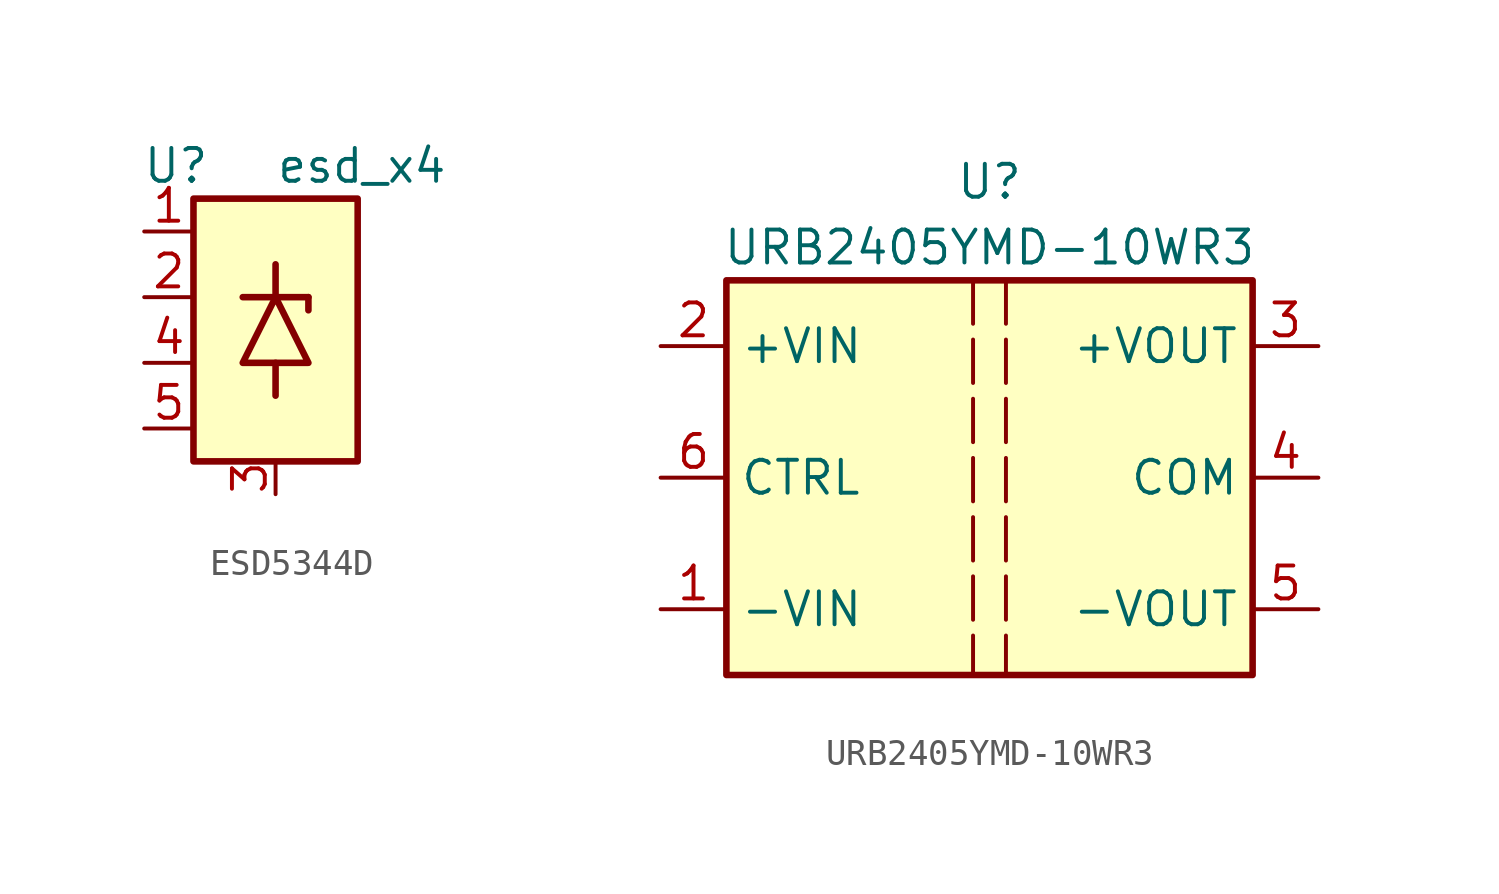
<source format=kicad_sym>
(kicad_symbol_lib
  (version 20220914)
  (generator kicad_symbol_editor)
  (symbol "ESD5344D"
    (pin_names hide)
    (property "Reference" "U"
      (at -2.54 7.62 0)
      (effects (font (size 1.27 1.27)) (justify right)))
    (property "Value" "esd_x4"
      (at 0 7.62 0)
      (effects (font (size 1.27 1.27)) (justify left)))
    (symbol "ESD5344D_0_1"
      (rectangle (start -3.175 6.35) (end 3.175 -3.81) (stroke (width 0.254) (type default)) (fill (type background))))
    (symbol "ESD5344D_1_1"
      (polyline (pts (xy -1.27 2.54) (xy 1.27 2.54)) (stroke (width 0.254) (type default)) (fill (type none)))
      (polyline (pts (xy 0 0) (xy 0 -1.27)) (stroke (width 0.254) (type default)) (fill (type none)))
      (polyline (pts (xy 0 2.54) (xy 0 3.81)) (stroke (width 0.254) (type default)) (fill (type none)))
      (polyline (pts (xy 1.27 2.54) (xy 1.27 2.032)) (stroke (width 0.254) (type default)) (fill (type none)))
      (polyline (pts (xy 1.27 0) (xy 0 2.54) (xy -1.27 0) (xy 1.27 0)) (stroke (width 0.254) (type default)) (fill (type none)))
      (pin passive line (at -5.08 5.08 0) (length 1.905) (name "D1" (effects (font (size 1.27 1.27)))) (number "1" (effects (font (size 1.27 1.27)))))
      (pin passive line (at -5.08 2.54 0) (length 1.905) (name "D2" (effects (font (size 1.27 1.27)))) (number "2" (effects (font (size 1.27 1.27)))))
      (pin power_in line (at 0 -5.08 90) (length 1.27) (name "GND" (effects (font (size 1.27 1.27)))) (number "3" (effects (font (size 1.27 1.27)))))
      (pin passive line (at -5.08 0 0) (length 1.905) (name "D3" (effects (font (size 1.27 1.27)))) (number "4" (effects (font (size 1.27 1.27)))))
      (pin passive line (at -5.08 -2.54 0) (length 1.905) (name "D4" (effects (font (size 1.27 1.27)))) (number "5" (effects (font (size 1.27 1.27)))))))
  (symbol "URB2405YMD-10WR3"
    (property "Reference" "U"
      (at 0 11.43 0)
      (effects (font (size 1.27 1.27))))
    (property "Value" "URB2405YMD-10WR3"
      (at 0 8.89 0)
      (effects (font (size 1.27 1.27))))
    (symbol "URB2405YMD-10WR3_0_1"
      (rectangle (start -10.16 7.62) (end 10.16 -7.62) (stroke (width 0.254) (type default)) (fill (type background))))
    (symbol "URB2405YMD-10WR3_1_1"
      (polyline (pts (xy -0.635 7.62) (xy -0.635 -7.62)) (stroke (width 0) (type dash)) (fill (type none)))
      (polyline (pts (xy 0.635 7.62) (xy 0.635 -7.62)) (stroke (width 0) (type dash)) (fill (type none)))
      (pin power_in line (at -12.7 -5.08 0) (length 2.54) (name "-VIN" (effects (font (size 1.27 1.27)))) (number "1" (effects (font (size 1.27 1.27)))))
      (pin power_in line (at -12.7 5.08 0) (length 2.54) (name "+VIN" (effects (font (size 1.27 1.27)))) (number "2" (effects (font (size 1.27 1.27)))))
      (pin power_out line (at 12.7 5.08 180) (length 2.54) (name "+VOUT" (effects (font (size 1.27 1.27)))) (number "3" (effects (font (size 1.27 1.27)))))
      (pin power_out line (at 12.7 0 180) (length 2.54) (name "COM" (effects (font (size 1.27 1.27)))) (number "4" (effects (font (size 1.27 1.27)))))
      (pin power_out line (at 12.7 -5.08 180) (length 2.54) (name "-VOUT" (effects (font (size 1.27 1.27)))) (number "5" (effects (font (size 1.27 1.27)))))
      (pin input line (at -12.7 0 0) (length 2.54) (name "CTRL" (effects (font (size 1.27 1.27)))) (number "6" (effects (font (size 1.27 1.27))))))))
</source>
